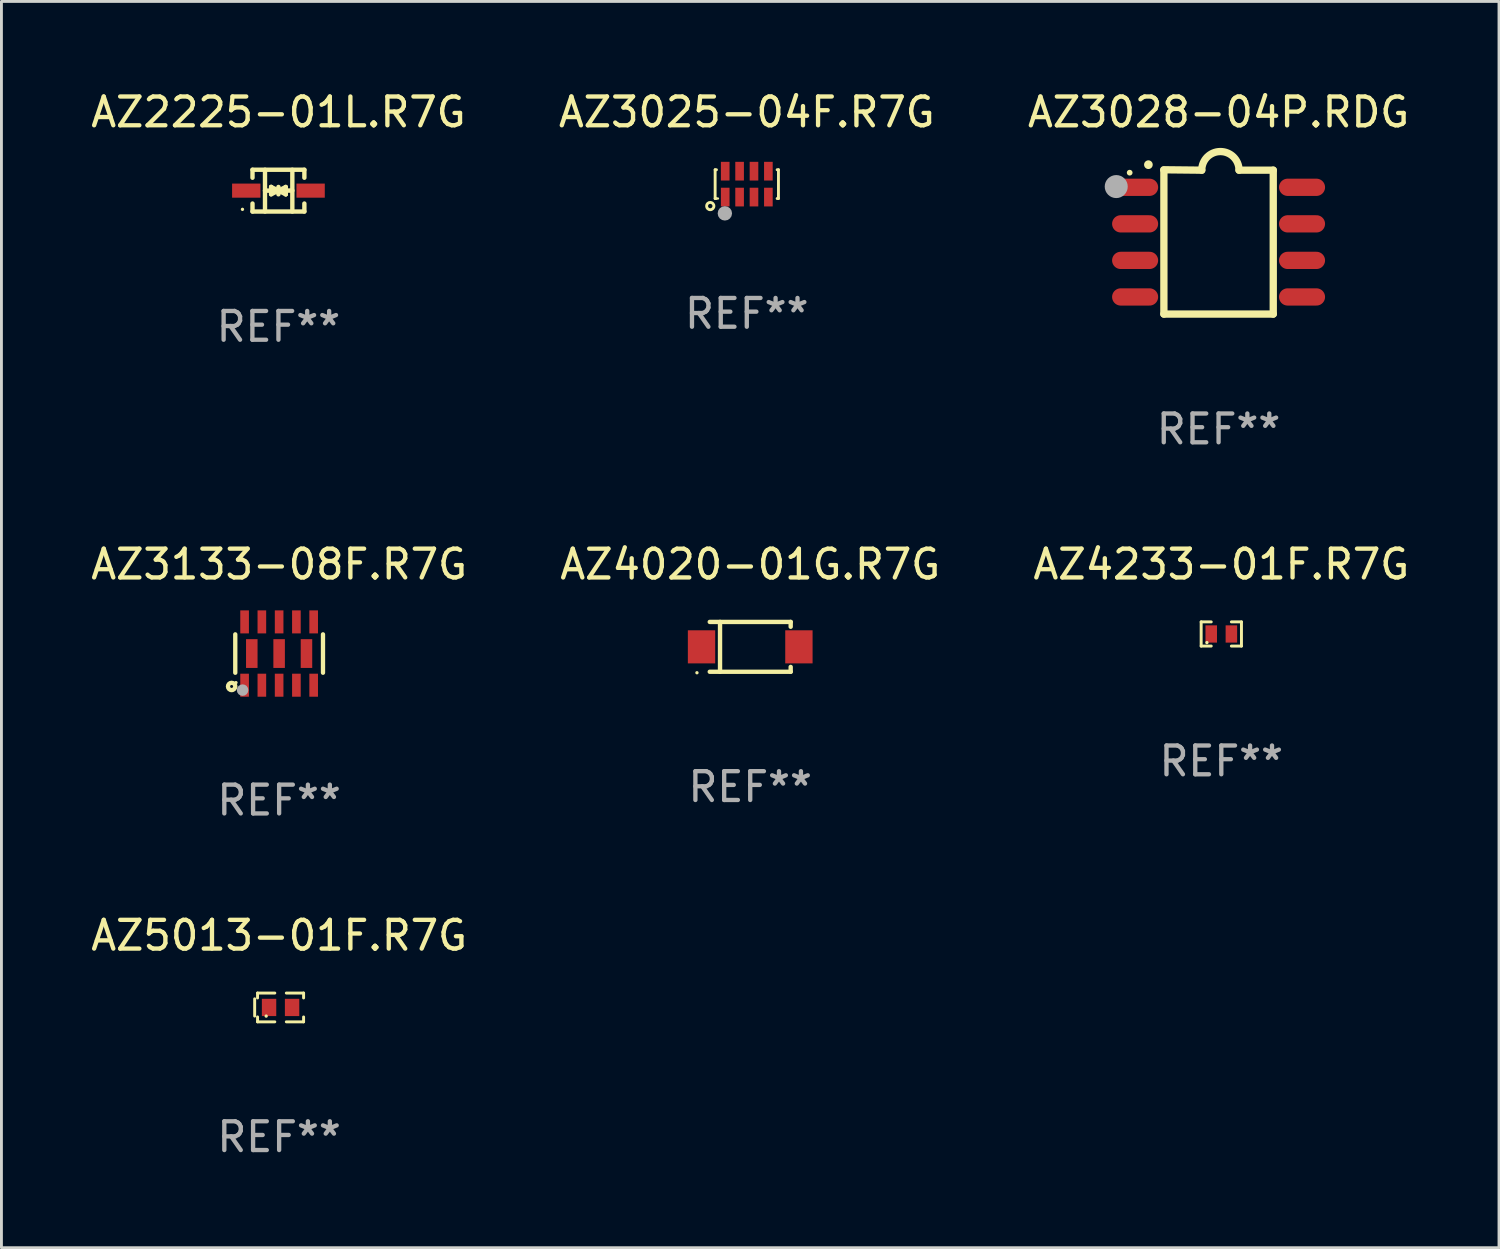
<source format=kicad_pcb>
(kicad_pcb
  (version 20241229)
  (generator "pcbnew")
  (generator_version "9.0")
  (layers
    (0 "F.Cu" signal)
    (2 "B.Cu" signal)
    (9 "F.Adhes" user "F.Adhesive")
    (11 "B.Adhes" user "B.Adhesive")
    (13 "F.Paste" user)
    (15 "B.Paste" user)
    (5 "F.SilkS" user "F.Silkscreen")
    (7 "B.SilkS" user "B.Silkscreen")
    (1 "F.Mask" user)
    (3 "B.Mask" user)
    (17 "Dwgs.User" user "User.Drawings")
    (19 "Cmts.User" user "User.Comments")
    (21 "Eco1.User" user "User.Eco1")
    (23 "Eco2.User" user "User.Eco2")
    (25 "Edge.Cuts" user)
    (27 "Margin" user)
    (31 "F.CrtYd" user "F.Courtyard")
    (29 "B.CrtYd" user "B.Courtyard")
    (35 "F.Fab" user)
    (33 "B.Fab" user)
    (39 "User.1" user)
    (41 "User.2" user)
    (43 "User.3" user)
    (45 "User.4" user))
  (footprint "AZ3025-04F.R7G"
    (layer "F.Cu")
    (at 22.899 3.348)
    (property "Reference" "AZ3025-04F.R7G" (at 0 -2.5 0) (layer "F.SilkS") (effects (font (size 1 1) (thickness 0.15))))
    (attr through_hole)
    (fp_line (start -1.1 -0.5) (end -1.054 -0.5) (stroke (width 0.1) (type solid)) (layer "F.SilkS"))
    (fp_line (start -1.1 0.5) (end -1.1 -0.5) (stroke (width 0.1) (type solid)) (layer "F.SilkS"))
    (fp_line (start -1.1 0.5) (end -1.054 0.5) (stroke (width 0.1) (type solid)) (layer "F.SilkS"))
    (fp_line (start 1.054 0.5) (end 1.1 0.5) (stroke (width 0.1) (type solid)) (layer "F.SilkS"))
    (fp_line (start 1.054 -0.5) (end 1.1 -0.5) (stroke (width 0.1) (type solid)) (layer "F.SilkS"))
    (fp_line (start 1.1 -0.5) (end 1.1 0.5) (stroke (width 0.1) (type solid)) (layer "F.SilkS"))
    (fp_circle (center -1.27 0.762) (end -1.143 0.762) (stroke (width 0.1) (type solid)) (fill no) (layer "F.SilkS"))
    (fp_circle (center -1 0.5) (end -0.98 0.5) (stroke (width 0.04) (type solid)) (fill no) (layer "F.SilkS"))
    (fp_circle (center -0.762 1.016) (end -0.637 1.016) (stroke (width 0.25) (type solid)) (fill no) (layer "F.Fab"))
    (fp_text user "REF**" (at 0 4.5 0) (layer "F.Fab") (effects (font (size 1 1) (thickness 0.15))))
    (pad "1" smd rect (at -0.75 0.45) (size 0.3 0.65) (layers "F.Cu" "F.Mask" "F.Paste"))
    (pad "2" smd rect (at -0.25 0.45) (size 0.3 0.65) (layers "F.Cu" "F.Mask" "F.Paste"))
    (pad "3" smd rect (at 0.25 0.45) (size 0.3 0.65) (layers "F.Cu" "F.Mask" "F.Paste"))
    (pad "4" smd rect (at 0.75 0.45) (size 0.3 0.65) (layers "F.Cu" "F.Mask" "F.Paste"))
    (pad "5" smd rect (at 0.75 -0.45) (size 0.3 0.65) (layers "F.Cu" "F.Mask" "F.Paste"))
    (pad "6" smd rect (at 0.25 -0.45) (size 0.3 0.65) (layers "F.Cu" "F.Mask" "F.Paste"))
    (pad "7" smd rect (at -0.25 -0.45) (size 0.3 0.65) (layers "F.Cu" "F.Mask" "F.Paste"))
    (pad "8" smd rect (at -0.75 -0.45) (size 0.3 0.65) (layers "F.Cu" "F.Mask" "F.Paste")))
  (footprint "AZ4233-01F.R7G"
    (layer "F.Cu")
    (at 39.387 18.979)
    (property "Reference" "AZ4233-01F.R7G" (at 0 -2.42 0) (layer "F.SilkS") (effects (font (size 1 1) (thickness 0.15))))
    (attr through_hole)
    (fp_line (start -0.7 -0.42) (end -0.7 0.42) (stroke (width 0.102) (type solid)) (layer "F.SilkS"))
    (fp_line (start -0.7 0.42) (end -0.35 0.42) (stroke (width 0.102) (type solid)) (layer "F.SilkS"))
    (fp_line (start -0.35 -0.42) (end -0.7 -0.42) (stroke (width 0.102) (type solid)) (layer "F.SilkS"))
    (fp_line (start 0.35 0.42) (end 0.7 0.42) (stroke (width 0.102) (type solid)) (layer "F.SilkS"))
    (fp_line (start 0.7 -0.42) (end 0.35 -0.42) (stroke (width 0.102) (type solid)) (layer "F.SilkS"))
    (fp_line (start 0.7 0.42) (end 0.7 -0.42) (stroke (width 0.102) (type solid)) (layer "F.SilkS"))
    (fp_circle (center -0.5 0.3) (end -0.47 0.3) (stroke (width 0.06) (type solid)) (fill no) (layer "F.SilkS"))
    (fp_text user "REF**" (at 0 4.42 0) (layer "F.Fab") (effects (font (size 1 1) (thickness 0.15))))
    (pad "1" smd rect (at -0.35 0) (size 0.4 0.6) (layers "F.Cu" "F.Mask" "F.Paste"))
    (pad "2" smd rect (at 0.35 0) (size 0.4 0.6) (layers "F.Cu" "F.Mask" "F.Paste")))
  (footprint "AZ4020-01G.R7G"
    (layer "F.Cu")
    (at 23.018 19.426)
    (property "Reference" "AZ4020-01G.R7G" (at 0 -2.866 0) (layer "F.SilkS") (effects (font (size 1 1) (thickness 0.15))))
    (attr through_hole)
    (fp_line (start -1.406 -0.866) (end 1.406 -0.866) (stroke (width 0.152) (type solid)) (layer "F.SilkS"))
    (fp_line (start -1.406 0.866) (end 1.406 0.866) (stroke (width 0.152) (type solid)) (layer "F.SilkS"))
    (fp_line (start -1.049 -0.866) (end -1.049 0.866) (stroke (width 0.152) (type solid)) (layer "F.SilkS"))
    (fp_line (start 1.406 -0.866) (end 1.406 -0.698) (stroke (width 0.152) (type solid)) (layer "F.SilkS"))
    (fp_line (start 1.406 0.866) (end 1.406 0.698) (stroke (width 0.152) (type solid)) (layer "F.SilkS"))
    (fp_circle (center -1.851 0.9) (end -1.821 0.9) (stroke (width 0.06) (type solid)) (fill no) (layer "F.SilkS"))
    (fp_text user "REF**" (at 0 4.866 0) (layer "F.Fab") (effects (font (size 1 1) (thickness 0.15))))
    (pad "1" smd rect (at -1.692 0) (size 0.95 1.15) (layers "F.Cu" "F.Mask" "F.Paste"))
    (pad "2" smd rect (at 1.692 0) (size 0.95 1.15) (layers "F.Cu" "F.Mask" "F.Paste")))
  (footprint "AZ3133-08F.R7G"
    (layer "F.Cu")
    (at 6.649 19.659)
    (property "Reference" "AZ3133-08F.R7G" (at 0 -3.1 0) (layer "F.SilkS") (effects (font (size 1 1) (thickness 0.15))))
    (attr through_hole)
    (fp_line (start -1.524 -0.667) (end -1.524 0.667) (stroke (width 0.15) (type solid)) (layer "F.SilkS"))
    (fp_line (start 1.524 -0.667) (end 1.524 0.667) (stroke (width 0.15) (type solid)) (layer "F.SilkS"))
    (fp_circle (center -1.651 1.143) (end -1.524 1.143) (stroke (width 0.15) (type solid)) (fill no) (layer "F.SilkS"))
    (fp_circle (center -1.5 1.01) (end -1.47 1.01) (stroke (width 0.06) (type solid)) (fill no) (layer "F.SilkS"))
    (fp_circle (center -1.27 1.27) (end -1.17 1.27) (stroke (width 0.2) (type solid)) (fill no) (layer "F.Fab"))
    (fp_text user "REF**" (at 0 5.1 0) (layer "F.Fab") (effects (font (size 1 1) (thickness 0.15))))
    (pad "1" smd rect (at -1.2 1.1) (size 0.3 0.8) (layers "F.Cu" "F.Mask" "F.Paste"))
    (pad "2" smd rect (at -0.6 1.1) (size 0.3 0.8) (layers "F.Cu" "F.Mask" "F.Paste"))
    (pad "3" smd rect (at -0.000102 1.1) (size 0.3 0.8) (layers "F.Cu" "F.Mask" "F.Paste"))
    (pad "4" smd rect (at 0.6 1.1) (size 0.3 0.8) (layers "F.Cu" "F.Mask" "F.Paste"))
    (pad "5" smd rect (at 1.2 1.1) (size 0.3 0.8) (layers "F.Cu" "F.Mask" "F.Paste"))
    (pad "6" smd rect (at 1.2 -1.1) (size 0.3 0.8) (layers "F.Cu" "F.Mask" "F.Paste"))
    (pad "7" smd rect (at 0.6 -1.1) (size 0.3 0.8) (layers "F.Cu" "F.Mask" "F.Paste"))
    (pad "8" smd rect (at -0.000102 -1.1) (size 0.3 0.8) (layers "F.Cu" "F.Mask" "F.Paste"))
    (pad "9" smd rect (at -0.6 -1.1) (size 0.3 0.8) (layers "F.Cu" "F.Mask" "F.Paste"))
    (pad "10" smd rect (at -1.2 -1.1) (size 0.3 0.8) (layers "F.Cu" "F.Mask" "F.Paste"))
    (pad "11" smd rect (at -0.95 -0.000127) (size 0.4 1) (layers "F.Cu" "F.Mask" "F.Paste"))
    (pad "12" smd rect (at -0.000102 -0.000127) (size 0.4 1) (layers "F.Cu" "F.Mask" "F.Paste"))
    (pad "13" smd rect (at 0.95 -0.000127) (size 0.4 1) (layers "F.Cu" "F.Mask" "F.Paste")))
  (footprint "AZ5013-01F.R7G"
    (layer "F.Cu")
    (at 6.649 31.956)
    (property "Reference" "AZ5013-01F.R7G" (at 0 -2.5 0) (layer "F.SilkS") (effects (font (size 1 1) (thickness 0.15))))
    (attr through_hole)
    (fp_line (start -0.85 -0.3) (end -0.85 0.3) (stroke (width 0.102) (type solid)) (layer "F.SilkS"))
    (fp_line (start -0.75 -0.5) (end -0.75 -0.329) (stroke (width 0.102) (type solid)) (layer "F.SilkS"))
    (fp_line (start -0.75 0.329) (end -0.75 0.5) (stroke (width 0.102) (type solid)) (layer "F.SilkS"))
    (fp_line (start -0.75 0.5) (end -0.15 0.5) (stroke (width 0.102) (type solid)) (layer "F.SilkS"))
    (fp_line (start -0.15 -0.5) (end -0.75 -0.5) (stroke (width 0.102) (type solid)) (layer "F.SilkS"))
    (fp_line (start 0.25 -0.5) (end 0.85 -0.5) (stroke (width 0.102) (type solid)) (layer "F.SilkS"))
    (fp_line (start 0.85 -0.5) (end 0.85 -0.33) (stroke (width 0.102) (type solid)) (layer "F.SilkS"))
    (fp_line (start 0.85 0.33) (end 0.85 0.5) (stroke (width 0.102) (type solid)) (layer "F.SilkS"))
    (fp_line (start 0.85 0.5) (end 0.25 0.5) (stroke (width 0.102) (type solid)) (layer "F.SilkS"))
    (fp_circle (center -0.45 0.3) (end -0.42 0.3) (stroke (width 0.06) (type solid)) (fill no) (layer "F.SilkS"))
    (fp_text user "REF**" (at 0 4.5 0) (layer "F.Fab") (effects (font (size 1 1) (thickness 0.15))))
    (pad "1" smd rect (at -0.35 0) (size 0.5 0.6) (layers "F.Cu" "F.Mask" "F.Paste"))
    (pad "2" smd rect (at 0.45 0) (size 0.5 0.6) (layers "F.Cu" "F.Mask" "F.Paste")))
  (footprint "AZ3028-04P.RDG"
    (layer "F.Cu")
    (at 39.292 5.356)
    (property "Reference" "AZ3028-04P.RDG" (at 0 -4.507 0) (layer "F.SilkS") (effects (font (size 1 1) (thickness 0.15))))
    (attr through_hole)
    (fp_line (start -1.905 -2.507) (end -0.584 -2.493) (stroke (width 0.254) (type solid)) (layer "F.SilkS"))
    (fp_line (start -1.9 2.507) (end -1.9 -2.493) (stroke (width 0.254) (type solid)) (layer "F.SilkS"))
    (fp_line (start -1.9 2.507) (end 1.9 2.507) (stroke (width 0.254) (type solid)) (layer "F.SilkS"))
    (fp_line (start 1.9 -2.493) (end 0.711 -2.493) (stroke (width 0.254) (type solid)) (layer "F.SilkS"))
    (fp_line (start 1.9 2.507) (end 1.9 -2.493) (stroke (width 0.254) (type solid)) (layer "F.SilkS"))
    (fp_arc (start -2.438532 -2.682563) (mid -2.438537 -2.683833) (end -2.438532 -2.685103) (stroke (width 0.3) (type solid)) (layer "F.SilkS"))
    (fp_arc (start -0.584328 -2.492064) (mid 0.063057 -3.139764) (end 0.711074 -2.492697) (stroke (width 0.254001) (type solid)) (layer "F.SilkS"))
    (fp_circle (center -3.089 -2.406) (end -3.039 -2.406) (stroke (width 0.1) (type solid)) (fill no) (layer "F.SilkS"))
    (fp_circle (center -3.556 -1.923) (end -3.356 -1.923) (stroke (width 0.4) (type solid)) (fill no) (layer "F.Fab"))
    (fp_text user "REF**" (at 0 6.507 0) (layer "F.Fab") (effects (font (size 1 1) (thickness 0.15))))
    (pad "1" smd oval (at -2.9 -1.898 90) (size 0.6 1.6) (layers "F.Cu" "F.Mask" "F.Paste"))
    (pad "2" smd oval (at -2.9 -0.628 90) (size 0.6 1.6) (layers "F.Cu" "F.Mask" "F.Paste"))
    (pad "3" smd oval (at -2.9 0.642 90) (size 0.6 1.6) (layers "F.Cu" "F.Mask" "F.Paste"))
    (pad "4" smd oval (at -2.9 1.912 90) (size 0.6 1.6) (layers "F.Cu" "F.Mask" "F.Paste"))
    (pad "5" smd oval (at 2.9 1.912 90) (size 0.6 1.6) (layers "F.Cu" "F.Mask" "F.Paste"))
    (pad "6" smd oval (at 2.9 0.642 90) (size 0.6 1.6) (layers "F.Cu" "F.Mask" "F.Paste"))
    (pad "7" smd oval (at 2.9 -0.628 90) (size 0.6 1.6) (layers "F.Cu" "F.Mask" "F.Paste"))
    (pad "8" smd oval (at 2.9 -1.898 90) (size 0.6 1.6) (layers "F.Cu" "F.Mask" "F.Paste")))
  (footprint "AZ2225-01L.R7G"
    (layer "F.Cu")
    (at 6.625 3.574)
    (property "Reference" "AZ2225-01L.R7G" (at 0 -2.726 0) (layer "F.SilkS") (effects (font (size 1 1) (thickness 0.15))))
    (attr through_hole)
    (fp_line (start -0.901 -0.726) (end -0.901 -0.448) (stroke (width 0.152) (type solid)) (layer "F.SilkS"))
    (fp_line (start -0.901 0.726) (end -0.901 0.448) (stroke (width 0.152) (type solid)) (layer "F.SilkS"))
    (fp_line (start -0.467 0) (end 0.483 -0.003) (stroke (width 0.154) (type solid)) (layer "F.SilkS"))
    (fp_line (start -0.467 0.726) (end -0.467 -0.726) (stroke (width 0.152) (type solid)) (layer "F.SilkS"))
    (fp_line (start -0.254 -0.127) (end -0.254 -0.127) (stroke (width 0.154) (type solid)) (layer "F.SilkS"))
    (fp_line (start -0.254 -0.127) (end -0.002 -0.003) (stroke (width 0.154) (type solid)) (layer "F.SilkS"))
    (fp_line (start -0.254 0.127) (end -0.254 -0.127) (stroke (width 0.154) (type solid)) (layer "F.SilkS"))
    (fp_line (start -0.127 0) (end 0.003 0) (stroke (width 0.154) (type solid)) (layer "F.SilkS"))
    (fp_line (start -0.003 0) (end -0.254 0.127) (stroke (width 0.154) (type solid)) (layer "F.SilkS"))
    (fp_line (start 0 -0.127) (end 0 0.127) (stroke (width 0.154) (type solid)) (layer "F.SilkS"))
    (fp_line (start 0.003 0) (end 0.254 -0.127) (stroke (width 0.154) (type solid)) (layer "F.SilkS"))
    (fp_line (start 0.127 0) (end -0.003 0) (stroke (width 0.154) (type solid)) (layer "F.SilkS"))
    (fp_line (start 0.254 -0.127) (end 0.254 0.127) (stroke (width 0.154) (type solid)) (layer "F.SilkS"))
    (fp_line (start 0.254 0.127) (end 0.002 0.003) (stroke (width 0.154) (type solid)) (layer "F.SilkS"))
    (fp_line (start 0.254 0.127) (end 0.254 0.127) (stroke (width 0.154) (type solid)) (layer "F.SilkS"))
    (fp_line (start 0.483 0.726) (end 0.483 -0.726) (stroke (width 0.152) (type solid)) (layer "F.SilkS"))
    (fp_line (start 0.901 -0.726) (end -0.901 -0.726) (stroke (width 0.152) (type solid)) (layer "F.SilkS"))
    (fp_line (start 0.901 -0.726) (end 0.901 -0.448) (stroke (width 0.152) (type solid)) (layer "F.SilkS"))
    (fp_line (start 0.901 0.726) (end -0.901 0.726) (stroke (width 0.152) (type solid)) (layer "F.SilkS"))
    (fp_line (start 0.901 0.726) (end 0.901 0.448) (stroke (width 0.152) (type solid)) (layer "F.SilkS"))
    (fp_circle (center -1.25 0.65) (end -1.22 0.65) (stroke (width 0.06) (type solid)) (fill no) (layer "F.SilkS"))
    (fp_text user "REF**" (at 0 4.726 0) (layer "F.Fab") (effects (font (size 1 1) (thickness 0.15))))
    (pad "1" smd rect (at -1.118 0) (size 0.985 0.49) (layers "F.Cu" "F.Mask" "F.Paste"))
    (pad "2" smd rect (at 1.118 0) (size 0.985 0.49) (layers "F.Cu" "F.Mask" "F.Paste")))
  (gr_rect
    (start -3 -3)
    (end 49.036 40.304)
    (stroke (width 0.1) (type default))
    (fill no)
    (layer "Edge.Cuts")))
</source>
